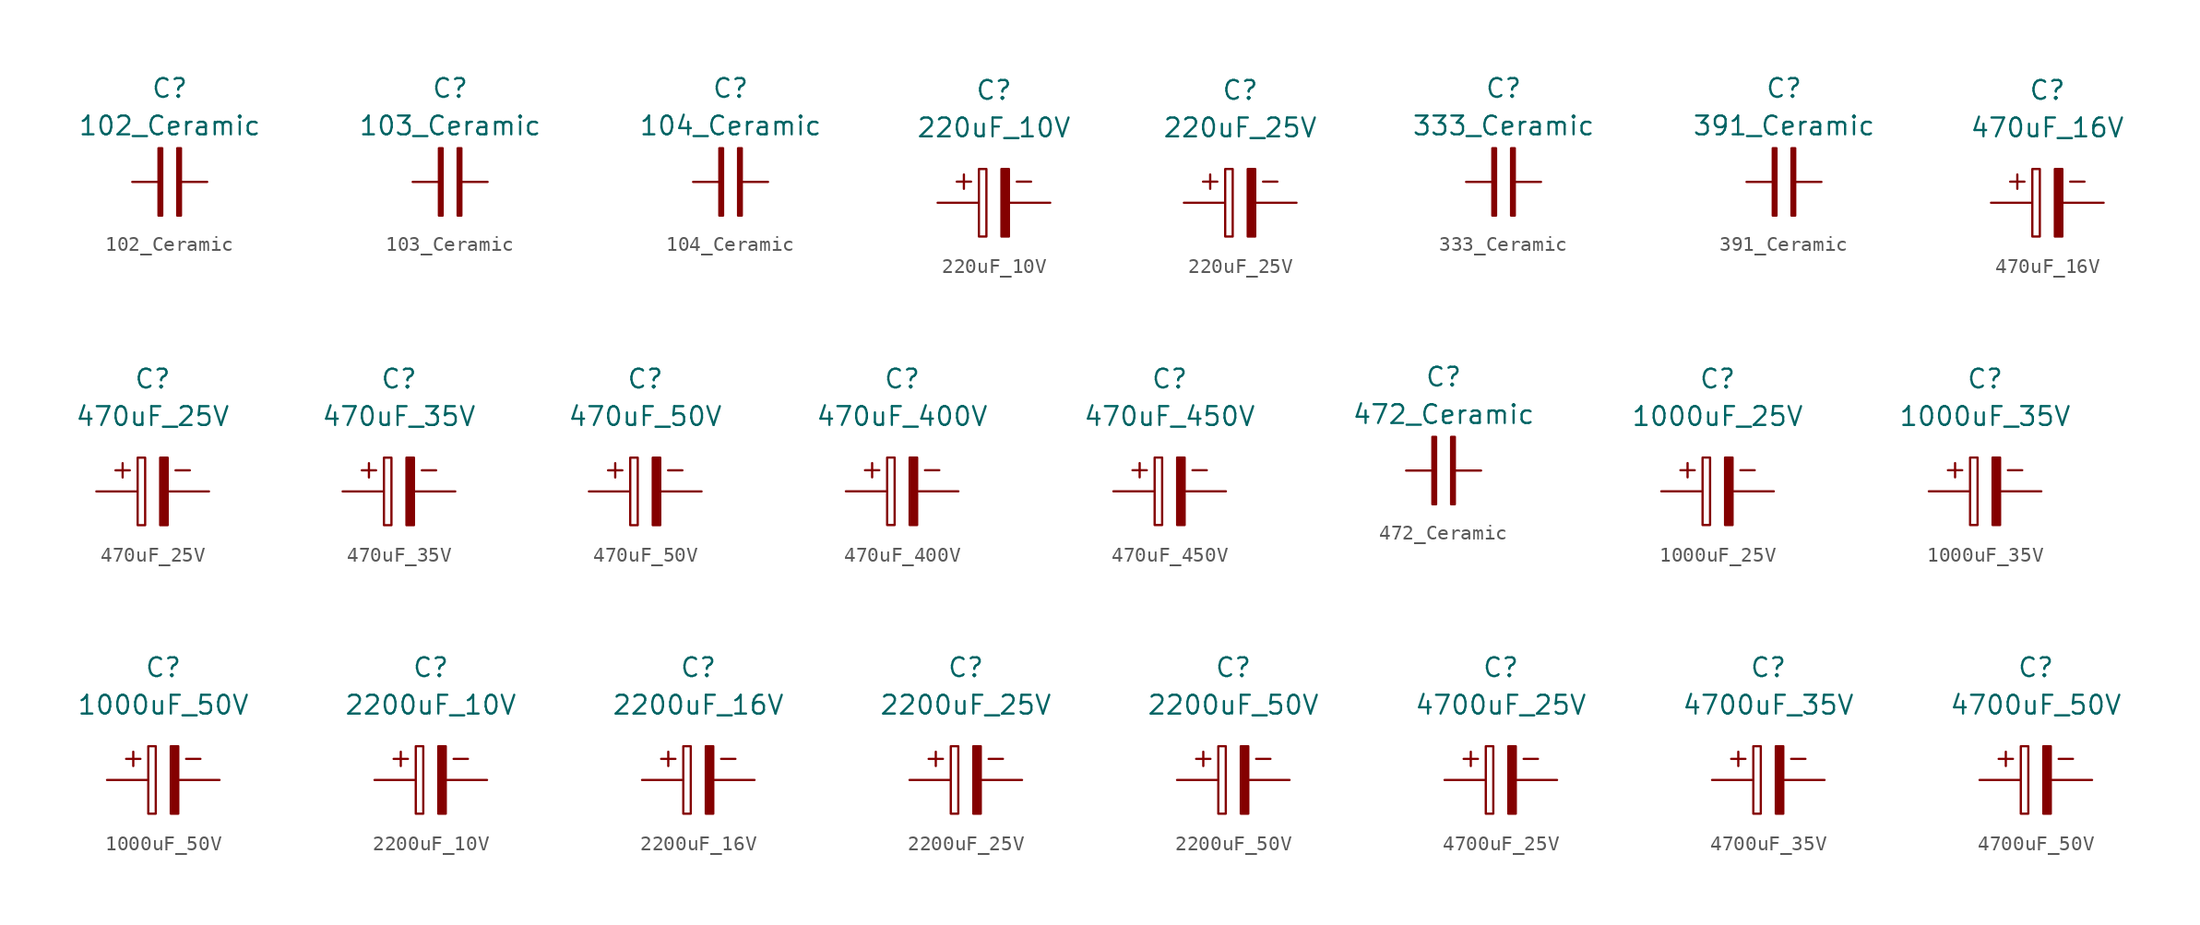
<source format=kicad_sym>
(kicad_symbol_lib
  (version 20211014)
  (generator kicad_symbol_editor)
  (symbol "102_Ceramic"
    (property "Reference" "C"
      (at 0 6.35 0)
      (effects (font (size 1.27 1.27))))
    (property "Value" "102_Ceramic"
      (at 0 3.81 0)
      (effects (font (size 1.27 1.27))))
    (symbol "102_Ceramic_0_1"
      (rectangle (start -0.762 2.286) (end -0.508 -2.286) (stroke (width 0) (type default) (color 0 0 0 0)) (fill (type outline)))
      (rectangle (start 0.508 2.286) (end 0.762 -2.286) (stroke (width 0) (type default) (color 0 0 0 0)) (fill (type outline))))
    (symbol "102_Ceramic_1_1"
      (pin passive line (at -2.54 0 0) (length 2) (name "~" (effects (font (size 0 0)))) (number "1" (effects (font (size 0 0)))))
      (pin input line (at 2.54 0 180) (length 2) (name "~" (effects (font (size 0 0)))) (number "2" (effects (font (size 0 0)))))))
  (symbol "103_Ceramic"
    (property "Reference" "C"
      (at 0 6.35 0)
      (effects (font (size 1.27 1.27))))
    (property "Value" "103_Ceramic"
      (at 0 3.81 0)
      (effects (font (size 1.27 1.27))))
    (symbol "103_Ceramic_0_1"
      (rectangle (start -0.762 2.286) (end -0.508 -2.286) (stroke (width 0) (type default) (color 0 0 0 0)) (fill (type outline)))
      (rectangle (start 0.508 2.286) (end 0.762 -2.286) (stroke (width 0) (type default) (color 0 0 0 0)) (fill (type outline))))
    (symbol "103_Ceramic_1_1"
      (pin passive line (at -2.54 0 0) (length 2) (name "~" (effects (font (size 0 0)))) (number "1" (effects (font (size 0 0)))))
      (pin input line (at 2.54 0 180) (length 2) (name "~" (effects (font (size 0 0)))) (number "2" (effects (font (size 0 0)))))))
  (symbol "104_Ceramic"
    (property "Reference" "C"
      (at 0 6.35 0)
      (effects (font (size 1.27 1.27))))
    (property "Value" "104_Ceramic"
      (at 0 3.81 0)
      (effects (font (size 1.27 1.27))))
    (symbol "104_Ceramic_0_1"
      (rectangle (start -0.762 2.286) (end -0.508 -2.286) (stroke (width 0) (type default) (color 0 0 0 0)) (fill (type outline)))
      (rectangle (start 0.508 2.286) (end 0.762 -2.286) (stroke (width 0) (type default) (color 0 0 0 0)) (fill (type outline))))
    (symbol "104_Ceramic_1_1"
      (pin passive line (at -2.54 0 0) (length 2) (name "~" (effects (font (size 0 0)))) (number "1" (effects (font (size 0 0)))))
      (pin input line (at 2.54 0 180) (length 2) (name "~" (effects (font (size 0 0)))) (number "2" (effects (font (size 0 0)))))))
  (symbol "220uF_10V"
    (property "Reference" "C"
      (at 0 7.62 0)
      (effects (font (size 1.27 1.27))))
    (property "Value" "220uF_10V"
      (at 0 5.08 0)
      (effects (font (size 1.27 1.27))))
    (symbol "220uF_10V_0_0"
      (text "+" (at -2.032 1.524 0) (effects (font (size 1.27 1.27))))
      (text "-" (at 2.032 1.524 0) (effects (font (size 1.27 1.27)))))
    (symbol "220uF_10V_0_1"
      (rectangle (start -1.016 -2.286) (end -0.508 2.286) (stroke (width 0) (type default) (color 0 0 0 0)) (fill (type none)))
      (rectangle (start 0.508 -2.286) (end 1.016 2.286) (stroke (width 0) (type default) (color 0 0 0 0)) (fill (type outline))))
    (symbol "220uF_10V_1_1"
      (pin passive line (at -3.81 0 0) (length 2.7) (name "~" (effects (font (size 0 0)))) (number "1" (effects (font (size 0 0)))))
      (pin input line (at 3.81 0 180) (length 2.7) (name "~" (effects (font (size 0 0)))) (number "2" (effects (font (size 0 0)))))))
  (symbol "220uF_25V"
    (property "Reference" "C"
      (at 0 7.62 0)
      (effects (font (size 1.27 1.27))))
    (property "Value" "220uF_25V"
      (at 0 5.08 0)
      (effects (font (size 1.27 1.27))))
    (symbol "220uF_25V_0_0"
      (text "+" (at -2.032 1.524 0) (effects (font (size 1.27 1.27))))
      (text "-" (at 2.032 1.524 0) (effects (font (size 1.27 1.27)))))
    (symbol "220uF_25V_0_1"
      (rectangle (start -1.016 -2.286) (end -0.508 2.286) (stroke (width 0) (type default) (color 0 0 0 0)) (fill (type none)))
      (rectangle (start 0.508 -2.286) (end 1.016 2.286) (stroke (width 0) (type default) (color 0 0 0 0)) (fill (type outline))))
    (symbol "220uF_25V_1_1"
      (pin passive line (at -3.81 0 0) (length 2.7) (name "~" (effects (font (size 0 0)))) (number "1" (effects (font (size 0 0)))))
      (pin input line (at 3.81 0 180) (length 2.7) (name "~" (effects (font (size 0 0)))) (number "2" (effects (font (size 0 0)))))))
  (symbol "333_Ceramic"
    (property "Reference" "C"
      (at 0 6.35 0)
      (effects (font (size 1.27 1.27))))
    (property "Value" "333_Ceramic"
      (at 0 3.81 0)
      (effects (font (size 1.27 1.27))))
    (symbol "333_Ceramic_0_1"
      (rectangle (start -0.762 2.286) (end -0.508 -2.286) (stroke (width 0) (type default) (color 0 0 0 0)) (fill (type outline)))
      (rectangle (start 0.508 2.286) (end 0.762 -2.286) (stroke (width 0) (type default) (color 0 0 0 0)) (fill (type outline))))
    (symbol "333_Ceramic_1_1"
      (pin passive line (at -2.54 0 0) (length 2) (name "~" (effects (font (size 0 0)))) (number "1" (effects (font (size 0 0)))))
      (pin input line (at 2.54 0 180) (length 2) (name "~" (effects (font (size 0 0)))) (number "2" (effects (font (size 0 0)))))))
  (symbol "391_Ceramic"
    (property "Reference" "C"
      (at 0 6.35 0)
      (effects (font (size 1.27 1.27))))
    (property "Value" "391_Ceramic"
      (at 0 3.81 0)
      (effects (font (size 1.27 1.27))))
    (symbol "391_Ceramic_0_1"
      (rectangle (start -0.762 2.286) (end -0.508 -2.286) (stroke (width 0) (type default) (color 0 0 0 0)) (fill (type outline)))
      (rectangle (start 0.508 2.286) (end 0.762 -2.286) (stroke (width 0) (type default) (color 0 0 0 0)) (fill (type outline))))
    (symbol "391_Ceramic_1_1"
      (pin passive line (at -2.54 0 0) (length 2) (name "~" (effects (font (size 0 0)))) (number "1" (effects (font (size 0 0)))))
      (pin input line (at 2.54 0 180) (length 2) (name "~" (effects (font (size 0 0)))) (number "2" (effects (font (size 0 0)))))))
  (symbol "470uF_16V"
    (property "Reference" "C"
      (at 0 7.62 0)
      (effects (font (size 1.27 1.27))))
    (property "Value" "470uF_16V"
      (at 0 5.08 0)
      (effects (font (size 1.27 1.27))))
    (symbol "470uF_16V_0_0"
      (text "+" (at -2.032 1.524 0) (effects (font (size 1.27 1.27))))
      (text "-" (at 2.032 1.524 0) (effects (font (size 1.27 1.27)))))
    (symbol "470uF_16V_0_1"
      (rectangle (start -1.016 -2.286) (end -0.508 2.286) (stroke (width 0) (type default) (color 0 0 0 0)) (fill (type none)))
      (rectangle (start 0.508 -2.286) (end 1.016 2.286) (stroke (width 0) (type default) (color 0 0 0 0)) (fill (type outline))))
    (symbol "470uF_16V_1_1"
      (pin passive line (at -3.81 0 0) (length 2.7) (name "~" (effects (font (size 0 0)))) (number "1" (effects (font (size 0 0)))))
      (pin input line (at 3.81 0 180) (length 2.7) (name "~" (effects (font (size 0 0)))) (number "2" (effects (font (size 0 0)))))))
  (symbol "470uF_25V"
    (property "Reference" "C"
      (at 0 7.62 0)
      (effects (font (size 1.27 1.27))))
    (property "Value" "470uF_25V"
      (at 0 5.08 0)
      (effects (font (size 1.27 1.27))))
    (symbol "470uF_25V_0_0"
      (text "+" (at -2.032 1.524 0) (effects (font (size 1.27 1.27))))
      (text "-" (at 2.032 1.524 0) (effects (font (size 1.27 1.27)))))
    (symbol "470uF_25V_0_1"
      (rectangle (start -1.016 -2.286) (end -0.508 2.286) (stroke (width 0) (type default) (color 0 0 0 0)) (fill (type none)))
      (rectangle (start 0.508 -2.286) (end 1.016 2.286) (stroke (width 0) (type default) (color 0 0 0 0)) (fill (type outline))))
    (symbol "470uF_25V_1_1"
      (pin passive line (at -3.81 0 0) (length 2.7) (name "~" (effects (font (size 0 0)))) (number "1" (effects (font (size 0 0)))))
      (pin input line (at 3.81 0 180) (length 2.7) (name "~" (effects (font (size 0 0)))) (number "2" (effects (font (size 0 0)))))))
  (symbol "470uF_35V"
    (property "Reference" "C"
      (at 0 7.62 0)
      (effects (font (size 1.27 1.27))))
    (property "Value" "470uF_35V"
      (at 0 5.08 0)
      (effects (font (size 1.27 1.27))))
    (symbol "470uF_35V_0_0"
      (text "+" (at -2.032 1.524 0) (effects (font (size 1.27 1.27))))
      (text "-" (at 2.032 1.524 0) (effects (font (size 1.27 1.27)))))
    (symbol "470uF_35V_0_1"
      (rectangle (start -1.016 -2.286) (end -0.508 2.286) (stroke (width 0) (type default) (color 0 0 0 0)) (fill (type none)))
      (rectangle (start 0.508 -2.286) (end 1.016 2.286) (stroke (width 0) (type default) (color 0 0 0 0)) (fill (type outline))))
    (symbol "470uF_35V_1_1"
      (pin passive line (at -3.81 0 0) (length 2.7) (name "~" (effects (font (size 0 0)))) (number "1" (effects (font (size 0 0)))))
      (pin input line (at 3.81 0 180) (length 2.7) (name "~" (effects (font (size 0 0)))) (number "2" (effects (font (size 0 0)))))))
  (symbol "470uF_50V"
    (property "Reference" "C"
      (at 0 7.62 0)
      (effects (font (size 1.27 1.27))))
    (property "Value" "470uF_50V"
      (at 0 5.08 0)
      (effects (font (size 1.27 1.27))))
    (symbol "470uF_50V_0_0"
      (text "+" (at -2.032 1.524 0) (effects (font (size 1.27 1.27))))
      (text "-" (at 2.032 1.524 0) (effects (font (size 1.27 1.27)))))
    (symbol "470uF_50V_0_1"
      (rectangle (start -1.016 -2.286) (end -0.508 2.286) (stroke (width 0) (type default) (color 0 0 0 0)) (fill (type none)))
      (rectangle (start 0.508 -2.286) (end 1.016 2.286) (stroke (width 0) (type default) (color 0 0 0 0)) (fill (type outline))))
    (symbol "470uF_50V_1_1"
      (pin passive line (at -3.81 0 0) (length 2.7) (name "~" (effects (font (size 0 0)))) (number "1" (effects (font (size 0 0)))))
      (pin input line (at 3.81 0 180) (length 2.7) (name "~" (effects (font (size 0 0)))) (number "2" (effects (font (size 0 0)))))))
  (symbol "470uF_400V"
    (property "Reference" "C"
      (at 0 7.62 0)
      (effects (font (size 1.27 1.27))))
    (property "Value" "470uF_400V"
      (at 0 5.08 0)
      (effects (font (size 1.27 1.27))))
    (symbol "470uF_400V_0_0"
      (text "+" (at -2.032 1.524 0) (effects (font (size 1.27 1.27))))
      (text "-" (at 2.032 1.524 0) (effects (font (size 1.27 1.27)))))
    (symbol "470uF_400V_0_1"
      (rectangle (start -1.016 -2.286) (end -0.508 2.286) (stroke (width 0) (type default) (color 0 0 0 0)) (fill (type none)))
      (rectangle (start 0.508 -2.286) (end 1.016 2.286) (stroke (width 0) (type default) (color 0 0 0 0)) (fill (type outline))))
    (symbol "470uF_400V_1_1"
      (pin passive line (at -3.81 0 0) (length 2.7) (name "~" (effects (font (size 0 0)))) (number "1" (effects (font (size 0 0)))))
      (pin input line (at 3.81 0 180) (length 2.7) (name "~" (effects (font (size 0 0)))) (number "2" (effects (font (size 0 0)))))))
  (symbol "470uF_450V"
    (property "Reference" "C"
      (at 0 7.62 0)
      (effects (font (size 1.27 1.27))))
    (property "Value" "470uF_450V"
      (at 0 5.08 0)
      (effects (font (size 1.27 1.27))))
    (symbol "470uF_450V_0_0"
      (text "+" (at -2.032 1.524 0) (effects (font (size 1.27 1.27))))
      (text "-" (at 2.032 1.524 0) (effects (font (size 1.27 1.27)))))
    (symbol "470uF_450V_0_1"
      (rectangle (start -1.016 -2.286) (end -0.508 2.286) (stroke (width 0) (type default) (color 0 0 0 0)) (fill (type none)))
      (rectangle (start 0.508 -2.286) (end 1.016 2.286) (stroke (width 0) (type default) (color 0 0 0 0)) (fill (type outline))))
    (symbol "470uF_450V_1_1"
      (pin passive line (at -3.81 0 0) (length 2.7) (name "~" (effects (font (size 0 0)))) (number "1" (effects (font (size 0 0)))))
      (pin input line (at 3.81 0 180) (length 2.7) (name "~" (effects (font (size 0 0)))) (number "2" (effects (font (size 0 0)))))))
  (symbol "472_Ceramic"
    (property "Reference" "C"
      (at 0 6.35 0)
      (effects (font (size 1.27 1.27))))
    (property "Value" "472_Ceramic"
      (at 0 3.81 0)
      (effects (font (size 1.27 1.27))))
    (symbol "472_Ceramic_0_1"
      (rectangle (start -0.762 2.286) (end -0.508 -2.286) (stroke (width 0) (type default) (color 0 0 0 0)) (fill (type outline)))
      (rectangle (start 0.508 2.286) (end 0.762 -2.286) (stroke (width 0) (type default) (color 0 0 0 0)) (fill (type outline))))
    (symbol "472_Ceramic_1_1"
      (pin passive line (at -2.54 0 0) (length 2) (name "~" (effects (font (size 0 0)))) (number "1" (effects (font (size 0 0)))))
      (pin input line (at 2.54 0 180) (length 2) (name "~" (effects (font (size 0 0)))) (number "2" (effects (font (size 0 0)))))))
  (symbol "1000uF_25V"
    (property "Reference" "C"
      (at 0 7.62 0)
      (effects (font (size 1.27 1.27))))
    (property "Value" "1000uF_25V"
      (at 0 5.08 0)
      (effects (font (size 1.27 1.27))))
    (symbol "1000uF_25V_0_0"
      (text "+" (at -2.032 1.524 0) (effects (font (size 1.27 1.27))))
      (text "-" (at 2.032 1.524 0) (effects (font (size 1.27 1.27)))))
    (symbol "1000uF_25V_0_1"
      (rectangle (start -1.016 -2.286) (end -0.508 2.286) (stroke (width 0) (type default) (color 0 0 0 0)) (fill (type none)))
      (rectangle (start 0.508 -2.286) (end 1.016 2.286) (stroke (width 0) (type default) (color 0 0 0 0)) (fill (type outline))))
    (symbol "1000uF_25V_1_1"
      (pin passive line (at -3.81 0 0) (length 2.7) (name "~" (effects (font (size 0 0)))) (number "1" (effects (font (size 0 0)))))
      (pin input line (at 3.81 0 180) (length 2.7) (name "~" (effects (font (size 0 0)))) (number "2" (effects (font (size 0 0)))))))
  (symbol "1000uF_35V"
    (property "Reference" "C"
      (at 0 7.62 0)
      (effects (font (size 1.27 1.27))))
    (property "Value" "1000uF_35V"
      (at 0 5.08 0)
      (effects (font (size 1.27 1.27))))
    (symbol "1000uF_35V_0_0"
      (text "+" (at -2.032 1.524 0) (effects (font (size 1.27 1.27))))
      (text "-" (at 2.032 1.524 0) (effects (font (size 1.27 1.27)))))
    (symbol "1000uF_35V_0_1"
      (rectangle (start -1.016 -2.286) (end -0.508 2.286) (stroke (width 0) (type default) (color 0 0 0 0)) (fill (type none)))
      (rectangle (start 0.508 -2.286) (end 1.016 2.286) (stroke (width 0) (type default) (color 0 0 0 0)) (fill (type outline))))
    (symbol "1000uF_35V_1_1"
      (pin passive line (at -3.81 0 0) (length 2.7) (name "~" (effects (font (size 0 0)))) (number "1" (effects (font (size 0 0)))))
      (pin input line (at 3.81 0 180) (length 2.7) (name "~" (effects (font (size 0 0)))) (number "2" (effects (font (size 0 0)))))))
  (symbol "1000uF_50V"
    (property "Reference" "C"
      (at 0 7.62 0)
      (effects (font (size 1.27 1.27))))
    (property "Value" "1000uF_50V"
      (at 0 5.08 0)
      (effects (font (size 1.27 1.27))))
    (symbol "1000uF_50V_0_0"
      (text "+" (at -2.032 1.524 0) (effects (font (size 1.27 1.27))))
      (text "-" (at 2.032 1.524 0) (effects (font (size 1.27 1.27)))))
    (symbol "1000uF_50V_0_1"
      (rectangle (start -1.016 -2.286) (end -0.508 2.286) (stroke (width 0) (type default) (color 0 0 0 0)) (fill (type none)))
      (rectangle (start 0.508 -2.286) (end 1.016 2.286) (stroke (width 0) (type default) (color 0 0 0 0)) (fill (type outline))))
    (symbol "1000uF_50V_1_1"
      (pin passive line (at -3.81 0 0) (length 2.7) (name "~" (effects (font (size 0 0)))) (number "1" (effects (font (size 0 0)))))
      (pin input line (at 3.81 0 180) (length 2.7) (name "~" (effects (font (size 0 0)))) (number "2" (effects (font (size 0 0)))))))
  (symbol "2200uF_10V"
    (property "Reference" "C"
      (at 0 7.62 0)
      (effects (font (size 1.27 1.27))))
    (property "Value" "2200uF_10V"
      (at 0 5.08 0)
      (effects (font (size 1.27 1.27))))
    (symbol "2200uF_10V_0_0"
      (text "+" (at -2.032 1.524 0) (effects (font (size 1.27 1.27))))
      (text "-" (at 2.032 1.524 0) (effects (font (size 1.27 1.27)))))
    (symbol "2200uF_10V_0_1"
      (rectangle (start -1.016 -2.286) (end -0.508 2.286) (stroke (width 0) (type default) (color 0 0 0 0)) (fill (type none)))
      (rectangle (start 0.508 -2.286) (end 1.016 2.286) (stroke (width 0) (type default) (color 0 0 0 0)) (fill (type outline))))
    (symbol "2200uF_10V_1_1"
      (pin passive line (at -3.81 0 0) (length 2.7) (name "~" (effects (font (size 0 0)))) (number "1" (effects (font (size 0 0)))))
      (pin input line (at 3.81 0 180) (length 2.7) (name "~" (effects (font (size 0 0)))) (number "2" (effects (font (size 0 0)))))))
  (symbol "2200uF_16V"
    (property "Reference" "C"
      (at 0 7.62 0)
      (effects (font (size 1.27 1.27))))
    (property "Value" "2200uF_16V"
      (at 0 5.08 0)
      (effects (font (size 1.27 1.27))))
    (symbol "2200uF_16V_0_0"
      (text "+" (at -2.032 1.524 0) (effects (font (size 1.27 1.27))))
      (text "-" (at 2.032 1.524 0) (effects (font (size 1.27 1.27)))))
    (symbol "2200uF_16V_0_1"
      (rectangle (start -1.016 -2.286) (end -0.508 2.286) (stroke (width 0) (type default) (color 0 0 0 0)) (fill (type none)))
      (rectangle (start 0.508 -2.286) (end 1.016 2.286) (stroke (width 0) (type default) (color 0 0 0 0)) (fill (type outline))))
    (symbol "2200uF_16V_1_1"
      (pin passive line (at -3.81 0 0) (length 2.7) (name "~" (effects (font (size 0 0)))) (number "1" (effects (font (size 0 0)))))
      (pin input line (at 3.81 0 180) (length 2.7) (name "~" (effects (font (size 0 0)))) (number "2" (effects (font (size 0 0)))))))
  (symbol "2200uF_25V"
    (property "Reference" "C"
      (at 0 7.62 0)
      (effects (font (size 1.27 1.27))))
    (property "Value" "2200uF_25V"
      (at 0 5.08 0)
      (effects (font (size 1.27 1.27))))
    (symbol "2200uF_25V_0_0"
      (text "+" (at -2.032 1.524 0) (effects (font (size 1.27 1.27))))
      (text "-" (at 2.032 1.524 0) (effects (font (size 1.27 1.27)))))
    (symbol "2200uF_25V_0_1"
      (rectangle (start -1.016 -2.286) (end -0.508 2.286) (stroke (width 0) (type default) (color 0 0 0 0)) (fill (type none)))
      (rectangle (start 0.508 -2.286) (end 1.016 2.286) (stroke (width 0) (type default) (color 0 0 0 0)) (fill (type outline))))
    (symbol "2200uF_25V_1_1"
      (pin passive line (at -3.81 0 0) (length 2.7) (name "~" (effects (font (size 0 0)))) (number "1" (effects (font (size 0 0)))))
      (pin input line (at 3.81 0 180) (length 2.7) (name "~" (effects (font (size 0 0)))) (number "2" (effects (font (size 0 0)))))))
  (symbol "2200uF_50V"
    (property "Reference" "C"
      (at 0 7.62 0)
      (effects (font (size 1.27 1.27))))
    (property "Value" "2200uF_50V"
      (at 0 5.08 0)
      (effects (font (size 1.27 1.27))))
    (symbol "2200uF_50V_0_0"
      (text "+" (at -2.032 1.524 0) (effects (font (size 1.27 1.27))))
      (text "-" (at 2.032 1.524 0) (effects (font (size 1.27 1.27)))))
    (symbol "2200uF_50V_0_1"
      (rectangle (start -1.016 -2.286) (end -0.508 2.286) (stroke (width 0) (type default) (color 0 0 0 0)) (fill (type none)))
      (rectangle (start 0.508 -2.286) (end 1.016 2.286) (stroke (width 0) (type default) (color 0 0 0 0)) (fill (type outline))))
    (symbol "2200uF_50V_1_1"
      (pin passive line (at -3.81 0 0) (length 2.7) (name "~" (effects (font (size 0 0)))) (number "1" (effects (font (size 0 0)))))
      (pin input line (at 3.81 0 180) (length 2.7) (name "~" (effects (font (size 0 0)))) (number "2" (effects (font (size 0 0)))))))
  (symbol "4700uF_25V"
    (property "Reference" "C"
      (at 0 7.62 0)
      (effects (font (size 1.27 1.27))))
    (property "Value" "4700uF_25V"
      (at 0 5.08 0)
      (effects (font (size 1.27 1.27))))
    (symbol "4700uF_25V_0_0"
      (text "+" (at -2.032 1.524 0) (effects (font (size 1.27 1.27))))
      (text "-" (at 2.032 1.524 0) (effects (font (size 1.27 1.27)))))
    (symbol "4700uF_25V_0_1"
      (rectangle (start -1.016 -2.286) (end -0.508 2.286) (stroke (width 0) (type default) (color 0 0 0 0)) (fill (type none)))
      (rectangle (start 0.508 -2.286) (end 1.016 2.286) (stroke (width 0) (type default) (color 0 0 0 0)) (fill (type outline))))
    (symbol "4700uF_25V_1_1"
      (pin passive line (at -3.81 0 0) (length 2.7) (name "~" (effects (font (size 0 0)))) (number "1" (effects (font (size 0 0)))))
      (pin input line (at 3.81 0 180) (length 2.7) (name "~" (effects (font (size 0 0)))) (number "2" (effects (font (size 0 0)))))))
  (symbol "4700uF_35V"
    (property "Reference" "C"
      (at 0 7.62 0)
      (effects (font (size 1.27 1.27))))
    (property "Value" "4700uF_35V"
      (at 0 5.08 0)
      (effects (font (size 1.27 1.27))))
    (symbol "4700uF_35V_0_0"
      (text "+" (at -2.032 1.524 0) (effects (font (size 1.27 1.27))))
      (text "-" (at 2.032 1.524 0) (effects (font (size 1.27 1.27)))))
    (symbol "4700uF_35V_0_1"
      (rectangle (start -1.016 -2.286) (end -0.508 2.286) (stroke (width 0) (type default) (color 0 0 0 0)) (fill (type none)))
      (rectangle (start 0.508 -2.286) (end 1.016 2.286) (stroke (width 0) (type default) (color 0 0 0 0)) (fill (type outline))))
    (symbol "4700uF_35V_1_1"
      (pin passive line (at -3.81 0 0) (length 2.7) (name "~" (effects (font (size 0 0)))) (number "1" (effects (font (size 0 0)))))
      (pin input line (at 3.81 0 180) (length 2.7) (name "~" (effects (font (size 0 0)))) (number "2" (effects (font (size 0 0)))))))
  (symbol "4700uF_50V"
    (property "Reference" "C"
      (at 0 7.62 0)
      (effects (font (size 1.27 1.27))))
    (property "Value" "4700uF_50V"
      (at 0 5.08 0)
      (effects (font (size 1.27 1.27))))
    (symbol "4700uF_50V_0_0"
      (text "+" (at -2.032 1.524 0) (effects (font (size 1.27 1.27))))
      (text "-" (at 2.032 1.524 0) (effects (font (size 1.27 1.27)))))
    (symbol "4700uF_50V_0_1"
      (rectangle (start -1.016 -2.286) (end -0.508 2.286) (stroke (width 0) (type default) (color 0 0 0 0)) (fill (type none)))
      (rectangle (start 0.508 -2.286) (end 1.016 2.286) (stroke (width 0) (type default) (color 0 0 0 0)) (fill (type outline))))
    (symbol "4700uF_50V_1_1"
      (pin passive line (at -3.81 0 0) (length 2.7) (name "~" (effects (font (size 0 0)))) (number "1" (effects (font (size 0 0)))))
      (pin input line (at 3.81 0 180) (length 2.7) (name "~" (effects (font (size 0 0)))) (number "2" (effects (font (size 0 0))))))))
</source>
